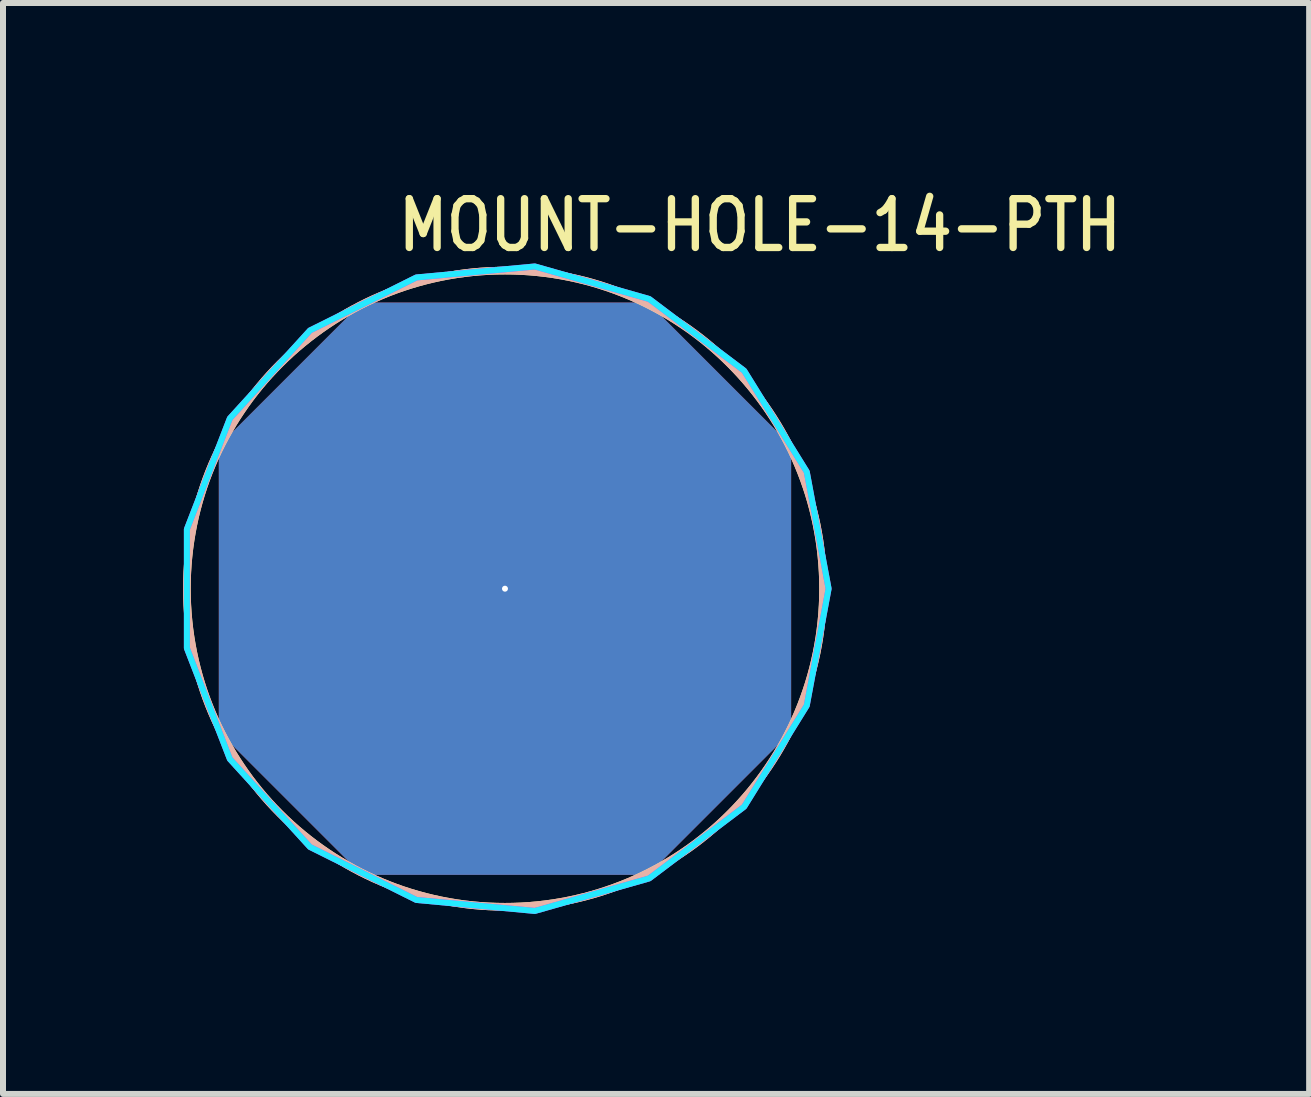
<source format=kicad_pcb>
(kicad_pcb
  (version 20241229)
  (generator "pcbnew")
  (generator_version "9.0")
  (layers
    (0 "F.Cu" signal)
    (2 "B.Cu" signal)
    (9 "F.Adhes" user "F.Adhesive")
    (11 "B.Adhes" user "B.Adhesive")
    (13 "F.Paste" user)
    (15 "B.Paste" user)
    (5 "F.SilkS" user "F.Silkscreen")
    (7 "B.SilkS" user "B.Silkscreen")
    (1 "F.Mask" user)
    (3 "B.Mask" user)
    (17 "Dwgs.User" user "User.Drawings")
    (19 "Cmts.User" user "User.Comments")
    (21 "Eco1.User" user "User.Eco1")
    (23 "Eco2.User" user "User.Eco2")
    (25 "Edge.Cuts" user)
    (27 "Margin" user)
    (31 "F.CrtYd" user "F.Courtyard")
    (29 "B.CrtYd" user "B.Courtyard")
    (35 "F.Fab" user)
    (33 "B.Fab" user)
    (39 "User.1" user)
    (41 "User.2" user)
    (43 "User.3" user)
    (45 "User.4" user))
  (footprint "MOUNT-HOLE-14-PTH"
    (layer "F.Cu")
    (at 5.364 6.759)
    (property "Reference" "MOUNT-HOLE-14-PTH" (at -1.84 -5.58 0) (unlocked yes) (layer "F.SilkS") (effects (font (size 0.813 0.695) (thickness 0.122)) (justify left bottom)))
    (fp_circle (center 0 0) (end 5.3 0) (stroke (width 0.127) (type solid)) (fill no) (layer "F.SilkS"))
    (fp_circle (center 0 0) (end 5.3 0) (stroke (width 0.127) (type solid)) (fill no) (layer "B.SilkS"))
    (fp_poly (pts (xy 5.392 0) (xy 5.028 -1.948) (xy 3.985 -3.632) (xy 2.403 -4.827) (xy 0.497 -5.369) (xy -1.476 -5.186) (xy -3.249 -4.303) (xy -4.584 -2.838) (xy -5.3 -0.991) (xy -5.3 0.991) (xy -4.584 2.838) (xy -3.249 4.303) (xy -1.476 5.186) (xy 0.497 5.369) (xy 2.403 4.827) (xy 3.985 3.632) (xy 5.028 1.948)) (stroke (width 0.1) (type solid)) (fill no) (layer "B.CrtYd"))
    (fp_poly (pts (xy 5.392 0) (xy 5.028 -1.948) (xy 3.985 -3.632) (xy 2.403 -4.827) (xy 0.497 -5.369) (xy -1.476 -5.186) (xy -3.249 -4.303) (xy -4.584 -2.838) (xy -5.3 -0.991) (xy -5.3 0.991) (xy -4.584 2.838) (xy -3.249 4.303) (xy -1.476 5.186) (xy 0.497 5.369) (xy 2.403 4.827) (xy 3.985 3.632) (xy 5.028 1.948)) (stroke (width 0.1) (type solid)) (fill no) (layer "F.CrtYd"))
    (pad "P$1" thru_hole custom (at 0 0) (size 0.1 0.1) (drill 6.756) (layers "*.Cu" "*.Mask") (options (anchor rect)) (primitives (gr_poly (pts (xy 4.763 2.381) (xy 2.381 4.763) (xy -2.381 4.763) (xy -4.763 2.381) (xy -4.763 -2.381) (xy -2.381 -4.763) (xy 2.381 -4.763) (xy 4.763 -2.381)) (width 0.01) (fill yes)))))
  (gr_rect
    (start -3 -3)
    (end 18.763 15.177)
    (stroke (width 0.1) (type default))
    (fill no)
    (layer "Edge.Cuts")))
</source>
